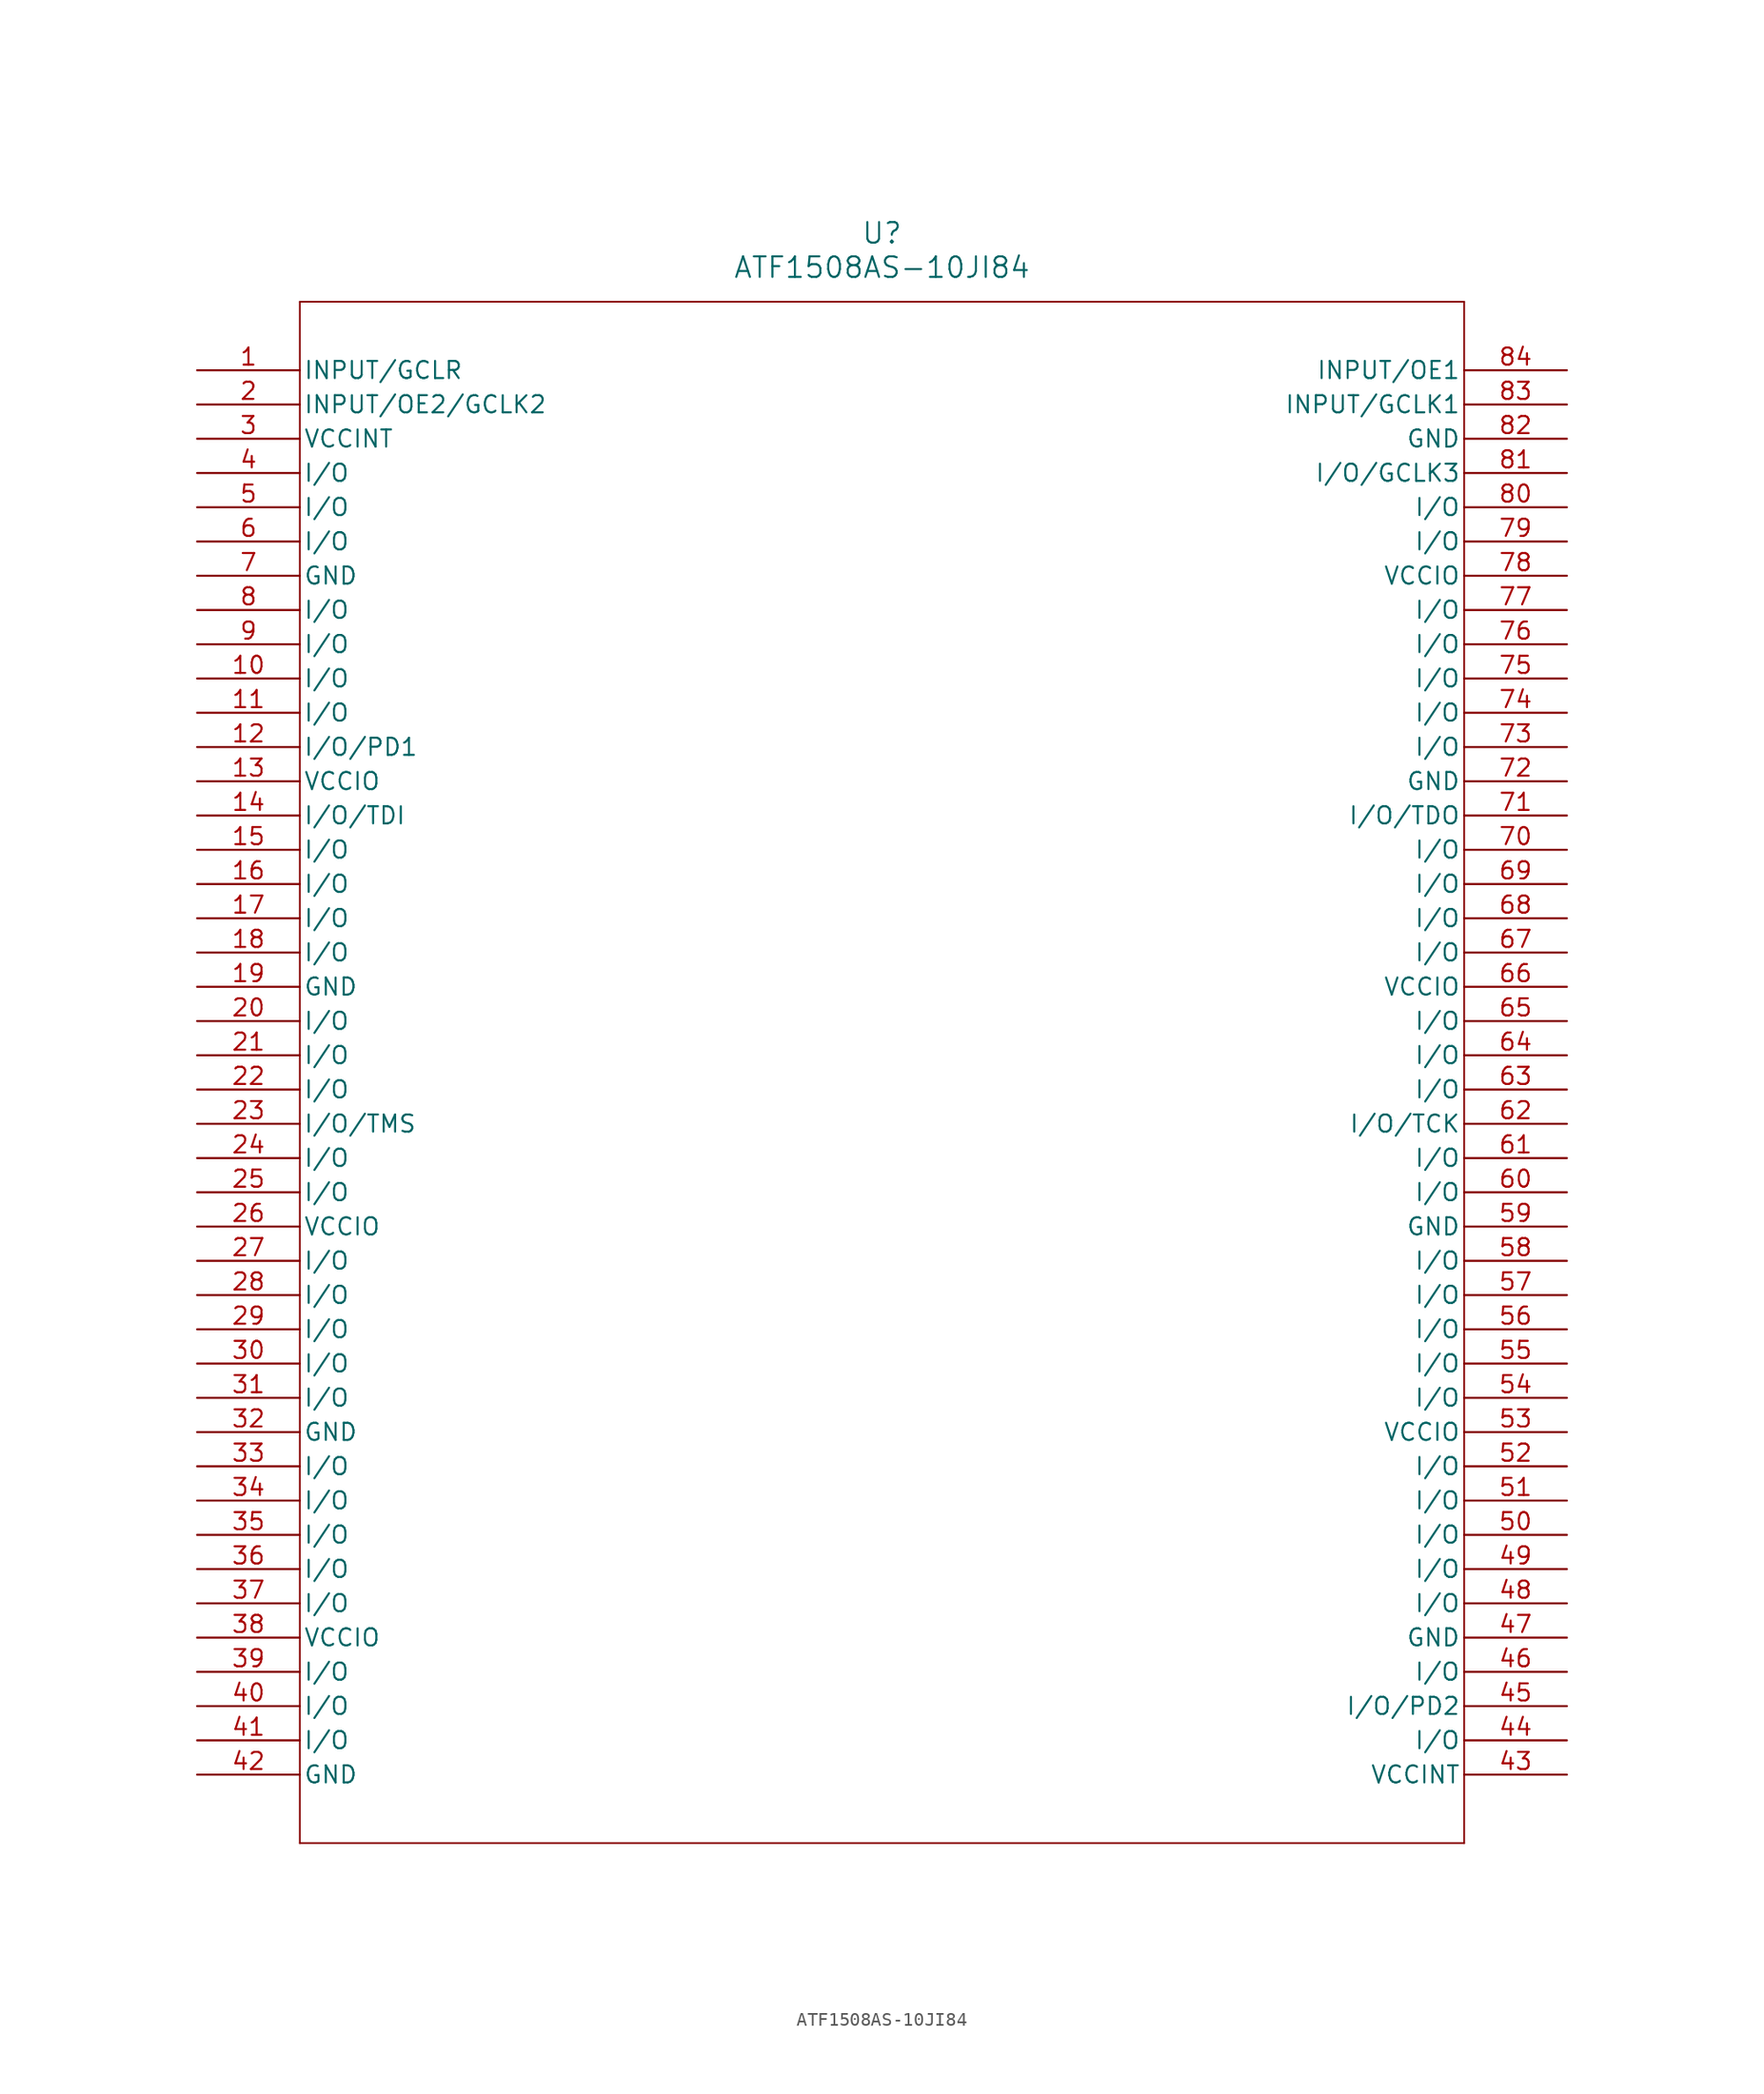
<source format=kicad_sym>
(kicad_symbol_lib
  (version 20241209)
  (generator "kicad_symbol_editor")
  (generator_version "9.0")
  (symbol "ATF1508AS-10JI84"
    (pin_names
      (offset 0.254))
    (property "Reference" "U"
      (at 50.8 10.16 0)
      (effects (font (size 1.524 1.524))))
    (property "Value" "ATF1508AS-10JI84"
      (at 50.8 7.62 0)
      (effects (font (size 1.524 1.524))))
    (property "ki_locked" ""
      (at 0 0 0)
      (effects (font (size 1.27 1.27))))
    (symbol "ATF1508AS-10JI84_0_1"
      (polyline (pts (xy 7.62 5.08) (xy 7.62 -109.22)) (stroke (width 0.127) (type default)) (fill (type none)))
      (polyline (pts (xy 7.62 -109.22) (xy 93.98 -109.22)) (stroke (width 0.127) (type default)) (fill (type none)))
      (polyline (pts (xy 93.98 5.08) (xy 7.62 5.08)) (stroke (width 0.127) (type default)) (fill (type none)))
      (polyline (pts (xy 93.98 -109.22) (xy 93.98 5.08)) (stroke (width 0.127) (type default)) (fill (type none)))
      (pin bidirectional line (at 0 0 0) (length 7.62) (name "INPUT/GCLR" (effects (font (size 1.27 1.27)))) (number "1" (effects (font (size 1.27 1.27)))))
      (pin bidirectional line (at 0 -2.54 0) (length 7.62) (name "INPUT/OE2/GCLK2" (effects (font (size 1.27 1.27)))) (number "2" (effects (font (size 1.27 1.27)))))
      (pin power_in line (at 0 -5.08 0) (length 7.62) (name "VCCINT" (effects (font (size 1.27 1.27)))) (number "3" (effects (font (size 1.27 1.27)))))
      (pin bidirectional line (at 0 -7.62 0) (length 7.62) (name "I/O" (effects (font (size 1.27 1.27)))) (number "4" (effects (font (size 1.27 1.27)))))
      (pin bidirectional line (at 0 -10.16 0) (length 7.62) (name "I/O" (effects (font (size 1.27 1.27)))) (number "5" (effects (font (size 1.27 1.27)))))
      (pin bidirectional line (at 0 -12.7 0) (length 7.62) (name "I/O" (effects (font (size 1.27 1.27)))) (number "6" (effects (font (size 1.27 1.27)))))
      (pin power_in line (at 0 -15.24 0) (length 7.62) (name "GND" (effects (font (size 1.27 1.27)))) (number "7" (effects (font (size 1.27 1.27)))))
      (pin bidirectional line (at 0 -17.78 0) (length 7.62) (name "I/O" (effects (font (size 1.27 1.27)))) (number "8" (effects (font (size 1.27 1.27)))))
      (pin bidirectional line (at 0 -20.32 0) (length 7.62) (name "I/O" (effects (font (size 1.27 1.27)))) (number "9" (effects (font (size 1.27 1.27)))))
      (pin bidirectional line (at 0 -22.86 0) (length 7.62) (name "I/O" (effects (font (size 1.27 1.27)))) (number "10" (effects (font (size 1.27 1.27)))))
      (pin bidirectional line (at 0 -25.4 0) (length 7.62) (name "I/O" (effects (font (size 1.27 1.27)))) (number "11" (effects (font (size 1.27 1.27)))))
      (pin bidirectional line (at 0 -27.94 0) (length 7.62) (name "I/O/PD1" (effects (font (size 1.27 1.27)))) (number "12" (effects (font (size 1.27 1.27)))))
      (pin power_in line (at 0 -30.48 0) (length 7.62) (name "VCCIO" (effects (font (size 1.27 1.27)))) (number "13" (effects (font (size 1.27 1.27)))))
      (pin bidirectional line (at 0 -33.02 0) (length 7.62) (name "I/O/TDI" (effects (font (size 1.27 1.27)))) (number "14" (effects (font (size 1.27 1.27)))))
      (pin bidirectional line (at 0 -35.56 0) (length 7.62) (name "I/O" (effects (font (size 1.27 1.27)))) (number "15" (effects (font (size 1.27 1.27)))))
      (pin bidirectional line (at 0 -38.1 0) (length 7.62) (name "I/O" (effects (font (size 1.27 1.27)))) (number "16" (effects (font (size 1.27 1.27)))))
      (pin bidirectional line (at 0 -40.64 0) (length 7.62) (name "I/O" (effects (font (size 1.27 1.27)))) (number "17" (effects (font (size 1.27 1.27)))))
      (pin bidirectional line (at 0 -43.18 0) (length 7.62) (name "I/O" (effects (font (size 1.27 1.27)))) (number "18" (effects (font (size 1.27 1.27)))))
      (pin power_in line (at 0 -45.72 0) (length 7.62) (name "GND" (effects (font (size 1.27 1.27)))) (number "19" (effects (font (size 1.27 1.27)))))
      (pin bidirectional line (at 0 -48.26 0) (length 7.62) (name "I/O" (effects (font (size 1.27 1.27)))) (number "20" (effects (font (size 1.27 1.27)))))
      (pin bidirectional line (at 0 -50.8 0) (length 7.62) (name "I/O" (effects (font (size 1.27 1.27)))) (number "21" (effects (font (size 1.27 1.27)))))
      (pin bidirectional line (at 0 -53.34 0) (length 7.62) (name "I/O" (effects (font (size 1.27 1.27)))) (number "22" (effects (font (size 1.27 1.27)))))
      (pin bidirectional line (at 0 -55.88 0) (length 7.62) (name "I/O/TMS" (effects (font (size 1.27 1.27)))) (number "23" (effects (font (size 1.27 1.27)))))
      (pin bidirectional line (at 0 -58.42 0) (length 7.62) (name "I/O" (effects (font (size 1.27 1.27)))) (number "24" (effects (font (size 1.27 1.27)))))
      (pin bidirectional line (at 0 -60.96 0) (length 7.62) (name "I/O" (effects (font (size 1.27 1.27)))) (number "25" (effects (font (size 1.27 1.27)))))
      (pin power_in line (at 0 -63.5 0) (length 7.62) (name "VCCIO" (effects (font (size 1.27 1.27)))) (number "26" (effects (font (size 1.27 1.27)))))
      (pin bidirectional line (at 0 -66.04 0) (length 7.62) (name "I/O" (effects (font (size 1.27 1.27)))) (number "27" (effects (font (size 1.27 1.27)))))
      (pin bidirectional line (at 0 -68.58 0) (length 7.62) (name "I/O" (effects (font (size 1.27 1.27)))) (number "28" (effects (font (size 1.27 1.27)))))
      (pin bidirectional line (at 0 -71.12 0) (length 7.62) (name "I/O" (effects (font (size 1.27 1.27)))) (number "29" (effects (font (size 1.27 1.27)))))
      (pin bidirectional line (at 0 -73.66 0) (length 7.62) (name "I/O" (effects (font (size 1.27 1.27)))) (number "30" (effects (font (size 1.27 1.27)))))
      (pin bidirectional line (at 0 -76.2 0) (length 7.62) (name "I/O" (effects (font (size 1.27 1.27)))) (number "31" (effects (font (size 1.27 1.27)))))
      (pin power_in line (at 0 -78.74 0) (length 7.62) (name "GND" (effects (font (size 1.27 1.27)))) (number "32" (effects (font (size 1.27 1.27)))))
      (pin bidirectional line (at 0 -81.28 0) (length 7.62) (name "I/O" (effects (font (size 1.27 1.27)))) (number "33" (effects (font (size 1.27 1.27)))))
      (pin bidirectional line (at 0 -83.82 0) (length 7.62) (name "I/O" (effects (font (size 1.27 1.27)))) (number "34" (effects (font (size 1.27 1.27)))))
      (pin bidirectional line (at 0 -86.36 0) (length 7.62) (name "I/O" (effects (font (size 1.27 1.27)))) (number "35" (effects (font (size 1.27 1.27)))))
      (pin bidirectional line (at 0 -88.9 0) (length 7.62) (name "I/O" (effects (font (size 1.27 1.27)))) (number "36" (effects (font (size 1.27 1.27)))))
      (pin bidirectional line (at 0 -91.44 0) (length 7.62) (name "I/O" (effects (font (size 1.27 1.27)))) (number "37" (effects (font (size 1.27 1.27)))))
      (pin power_in line (at 0 -93.98 0) (length 7.62) (name "VCCIO" (effects (font (size 1.27 1.27)))) (number "38" (effects (font (size 1.27 1.27)))))
      (pin bidirectional line (at 0 -96.52 0) (length 7.62) (name "I/O" (effects (font (size 1.27 1.27)))) (number "39" (effects (font (size 1.27 1.27)))))
      (pin bidirectional line (at 0 -99.06 0) (length 7.62) (name "I/O" (effects (font (size 1.27 1.27)))) (number "40" (effects (font (size 1.27 1.27)))))
      (pin bidirectional line (at 0 -101.6 0) (length 7.62) (name "I/O" (effects (font (size 1.27 1.27)))) (number "41" (effects (font (size 1.27 1.27)))))
      (pin power_in line (at 0 -104.14 0) (length 7.62) (name "GND" (effects (font (size 1.27 1.27)))) (number "42" (effects (font (size 1.27 1.27)))))
      (pin bidirectional line (at 101.6 0 180) (length 7.62) (name "INPUT/OE1" (effects (font (size 1.27 1.27)))) (number "84" (effects (font (size 1.27 1.27)))))
      (pin bidirectional line (at 101.6 -2.54 180) (length 7.62) (name "INPUT/GCLK1" (effects (font (size 1.27 1.27)))) (number "83" (effects (font (size 1.27 1.27)))))
      (pin power_in line (at 101.6 -5.08 180) (length 7.62) (name "GND" (effects (font (size 1.27 1.27)))) (number "82" (effects (font (size 1.27 1.27)))))
      (pin bidirectional line (at 101.6 -7.62 180) (length 7.62) (name "I/O/GCLK3" (effects (font (size 1.27 1.27)))) (number "81" (effects (font (size 1.27 1.27)))))
      (pin bidirectional line (at 101.6 -10.16 180) (length 7.62) (name "I/O" (effects (font (size 1.27 1.27)))) (number "80" (effects (font (size 1.27 1.27)))))
      (pin bidirectional line (at 101.6 -12.7 180) (length 7.62) (name "I/O" (effects (font (size 1.27 1.27)))) (number "79" (effects (font (size 1.27 1.27)))))
      (pin power_in line (at 101.6 -15.24 180) (length 7.62) (name "VCCIO" (effects (font (size 1.27 1.27)))) (number "78" (effects (font (size 1.27 1.27)))))
      (pin bidirectional line (at 101.6 -17.78 180) (length 7.62) (name "I/O" (effects (font (size 1.27 1.27)))) (number "77" (effects (font (size 1.27 1.27)))))
      (pin bidirectional line (at 101.6 -20.32 180) (length 7.62) (name "I/O" (effects (font (size 1.27 1.27)))) (number "76" (effects (font (size 1.27 1.27)))))
      (pin bidirectional line (at 101.6 -22.86 180) (length 7.62) (name "I/O" (effects (font (size 1.27 1.27)))) (number "75" (effects (font (size 1.27 1.27)))))
      (pin bidirectional line (at 101.6 -25.4 180) (length 7.62) (name "I/O" (effects (font (size 1.27 1.27)))) (number "74" (effects (font (size 1.27 1.27)))))
      (pin bidirectional line (at 101.6 -27.94 180) (length 7.62) (name "I/O" (effects (font (size 1.27 1.27)))) (number "73" (effects (font (size 1.27 1.27)))))
      (pin power_in line (at 101.6 -30.48 180) (length 7.62) (name "GND" (effects (font (size 1.27 1.27)))) (number "72" (effects (font (size 1.27 1.27)))))
      (pin bidirectional line (at 101.6 -33.02 180) (length 7.62) (name "I/O/TDO" (effects (font (size 1.27 1.27)))) (number "71" (effects (font (size 1.27 1.27)))))
      (pin bidirectional line (at 101.6 -35.56 180) (length 7.62) (name "I/O" (effects (font (size 1.27 1.27)))) (number "70" (effects (font (size 1.27 1.27)))))
      (pin bidirectional line (at 101.6 -38.1 180) (length 7.62) (name "I/O" (effects (font (size 1.27 1.27)))) (number "69" (effects (font (size 1.27 1.27)))))
      (pin bidirectional line (at 101.6 -40.64 180) (length 7.62) (name "I/O" (effects (font (size 1.27 1.27)))) (number "68" (effects (font (size 1.27 1.27)))))
      (pin bidirectional line (at 101.6 -43.18 180) (length 7.62) (name "I/O" (effects (font (size 1.27 1.27)))) (number "67" (effects (font (size 1.27 1.27)))))
      (pin power_in line (at 101.6 -45.72 180) (length 7.62) (name "VCCIO" (effects (font (size 1.27 1.27)))) (number "66" (effects (font (size 1.27 1.27)))))
      (pin bidirectional line (at 101.6 -48.26 180) (length 7.62) (name "I/O" (effects (font (size 1.27 1.27)))) (number "65" (effects (font (size 1.27 1.27)))))
      (pin bidirectional line (at 101.6 -50.8 180) (length 7.62) (name "I/O" (effects (font (size 1.27 1.27)))) (number "64" (effects (font (size 1.27 1.27)))))
      (pin bidirectional line (at 101.6 -53.34 180) (length 7.62) (name "I/O" (effects (font (size 1.27 1.27)))) (number "63" (effects (font (size 1.27 1.27)))))
      (pin bidirectional line (at 101.6 -55.88 180) (length 7.62) (name "I/O/TCK" (effects (font (size 1.27 1.27)))) (number "62" (effects (font (size 1.27 1.27)))))
      (pin bidirectional line (at 101.6 -58.42 180) (length 7.62) (name "I/O" (effects (font (size 1.27 1.27)))) (number "61" (effects (font (size 1.27 1.27)))))
      (pin bidirectional line (at 101.6 -60.96 180) (length 7.62) (name "I/O" (effects (font (size 1.27 1.27)))) (number "60" (effects (font (size 1.27 1.27)))))
      (pin power_in line (at 101.6 -63.5 180) (length 7.62) (name "GND" (effects (font (size 1.27 1.27)))) (number "59" (effects (font (size 1.27 1.27)))))
      (pin bidirectional line (at 101.6 -66.04 180) (length 7.62) (name "I/O" (effects (font (size 1.27 1.27)))) (number "58" (effects (font (size 1.27 1.27)))))
      (pin bidirectional line (at 101.6 -68.58 180) (length 7.62) (name "I/O" (effects (font (size 1.27 1.27)))) (number "57" (effects (font (size 1.27 1.27)))))
      (pin bidirectional line (at 101.6 -71.12 180) (length 7.62) (name "I/O" (effects (font (size 1.27 1.27)))) (number "56" (effects (font (size 1.27 1.27)))))
      (pin bidirectional line (at 101.6 -73.66 180) (length 7.62) (name "I/O" (effects (font (size 1.27 1.27)))) (number "55" (effects (font (size 1.27 1.27)))))
      (pin bidirectional line (at 101.6 -76.2 180) (length 7.62) (name "I/O" (effects (font (size 1.27 1.27)))) (number "54" (effects (font (size 1.27 1.27)))))
      (pin power_in line (at 101.6 -78.74 180) (length 7.62) (name "VCCIO" (effects (font (size 1.27 1.27)))) (number "53" (effects (font (size 1.27 1.27)))))
      (pin bidirectional line (at 101.6 -81.28 180) (length 7.62) (name "I/O" (effects (font (size 1.27 1.27)))) (number "52" (effects (font (size 1.27 1.27)))))
      (pin bidirectional line (at 101.6 -83.82 180) (length 7.62) (name "I/O" (effects (font (size 1.27 1.27)))) (number "51" (effects (font (size 1.27 1.27)))))
      (pin bidirectional line (at 101.6 -86.36 180) (length 7.62) (name "I/O" (effects (font (size 1.27 1.27)))) (number "50" (effects (font (size 1.27 1.27)))))
      (pin bidirectional line (at 101.6 -88.9 180) (length 7.62) (name "I/O" (effects (font (size 1.27 1.27)))) (number "49" (effects (font (size 1.27 1.27)))))
      (pin bidirectional line (at 101.6 -91.44 180) (length 7.62) (name "I/O" (effects (font (size 1.27 1.27)))) (number "48" (effects (font (size 1.27 1.27)))))
      (pin power_in line (at 101.6 -93.98 180) (length 7.62) (name "GND" (effects (font (size 1.27 1.27)))) (number "47" (effects (font (size 1.27 1.27)))))
      (pin bidirectional line (at 101.6 -96.52 180) (length 7.62) (name "I/O" (effects (font (size 1.27 1.27)))) (number "46" (effects (font (size 1.27 1.27)))))
      (pin bidirectional line (at 101.6 -99.06 180) (length 7.62) (name "I/O/PD2" (effects (font (size 1.27 1.27)))) (number "45" (effects (font (size 1.27 1.27)))))
      (pin bidirectional line (at 101.6 -101.6 180) (length 7.62) (name "I/O" (effects (font (size 1.27 1.27)))) (number "44" (effects (font (size 1.27 1.27)))))
      (pin power_in line (at 101.6 -104.14 180) (length 7.62) (name "VCCINT" (effects (font (size 1.27 1.27)))) (number "43" (effects (font (size 1.27 1.27))))))))
</source>
